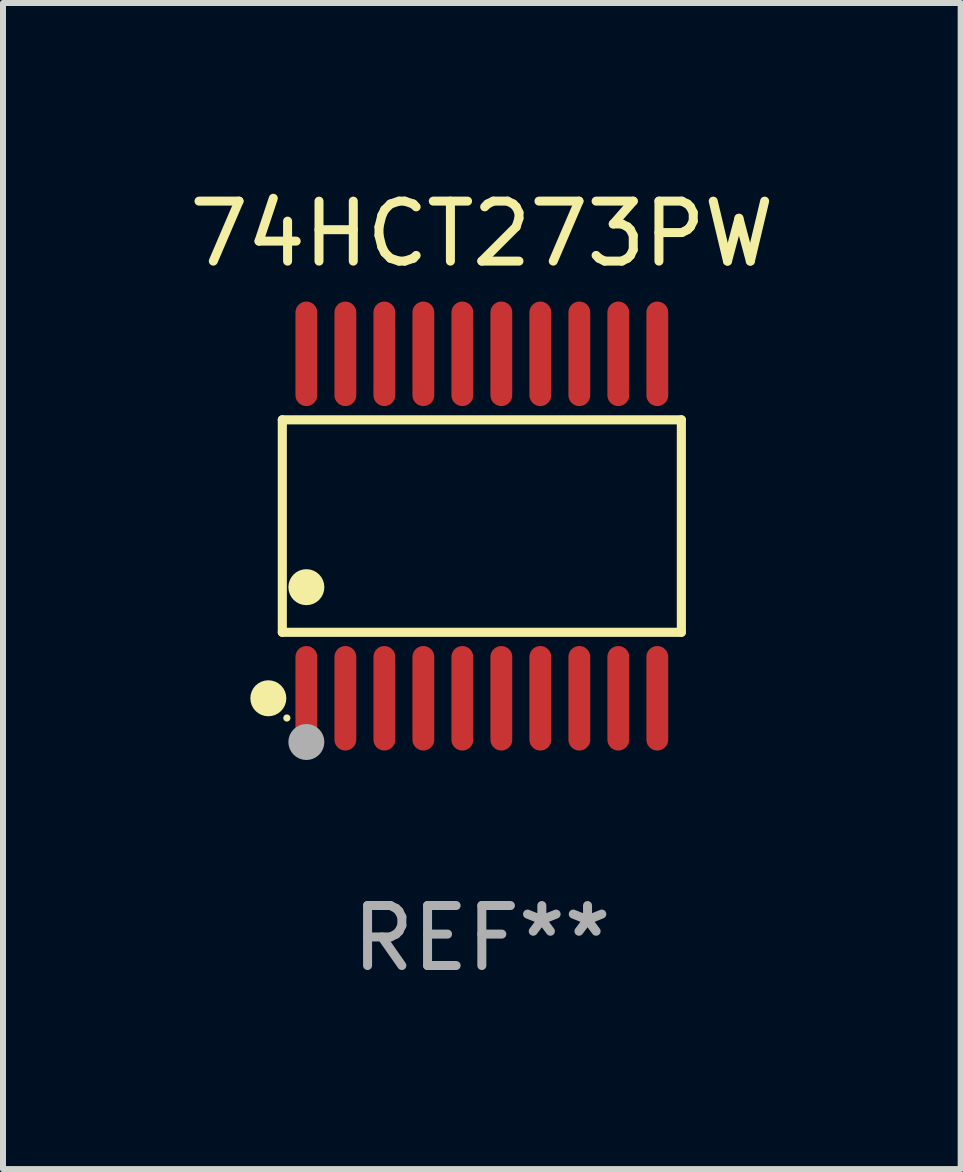
<source format=kicad_pcb>
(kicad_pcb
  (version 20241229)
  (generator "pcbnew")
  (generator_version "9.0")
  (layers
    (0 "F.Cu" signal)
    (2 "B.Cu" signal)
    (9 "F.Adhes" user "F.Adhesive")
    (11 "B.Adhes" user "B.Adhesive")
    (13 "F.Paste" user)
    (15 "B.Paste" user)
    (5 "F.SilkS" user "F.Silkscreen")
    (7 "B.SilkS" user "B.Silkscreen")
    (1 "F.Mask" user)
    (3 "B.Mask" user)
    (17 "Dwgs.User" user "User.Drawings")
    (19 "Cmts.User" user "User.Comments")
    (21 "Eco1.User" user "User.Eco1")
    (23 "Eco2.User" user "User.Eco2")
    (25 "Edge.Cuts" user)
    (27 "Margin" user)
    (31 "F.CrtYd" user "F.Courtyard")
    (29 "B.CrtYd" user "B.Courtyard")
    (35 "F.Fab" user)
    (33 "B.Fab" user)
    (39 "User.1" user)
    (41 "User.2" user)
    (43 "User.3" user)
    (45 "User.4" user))
  (footprint "74HCT273PW"
    (layer "F.Cu")
    (at 4.982 5.719)
    (property "Reference" "74HCT273PW" (at 0 -4.871 0) (layer "F.SilkS") (effects (font (size 1 1) (thickness 0.15))))
    (attr through_hole)
    (fp_line (start -3.326 -1.771) (end 3.326 -1.771) (stroke (width 0.152) (type solid)) (layer "F.SilkS"))
    (fp_line (start -3.326 1.771) (end -3.326 -1.771) (stroke (width 0.152) (type solid)) (layer "F.SilkS"))
    (fp_line (start 3.326 -1.771) (end 3.326 1.771) (stroke (width 0.152) (type solid)) (layer "F.SilkS"))
    (fp_line (start 3.326 1.771) (end -3.326 1.771) (stroke (width 0.152) (type solid)) (layer "F.SilkS"))
    (fp_circle (center -3.559 2.871) (end -3.409 2.871) (stroke (width 0.3) (type solid)) (fill no) (layer "F.SilkS"))
    (fp_circle (center -3.25 3.2) (end -3.22 3.2) (stroke (width 0.06) (type solid)) (fill no) (layer "F.SilkS"))
    (fp_circle (center -2.925 1.019) (end -2.775 1.019) (stroke (width 0.3) (type solid)) (fill no) (layer "F.SilkS"))
    (fp_circle (center -2.925 3.6) (end -2.775 3.6) (stroke (width 0.3) (type solid)) (fill no) (layer "F.Fab"))
    (fp_text user "REF**" (at 0 6.871 0) (layer "F.Fab") (effects (font (size 1 1) (thickness 0.15))))
    (pad "1" smd oval (at -2.925 2.871) (size 0.364 1.742) (layers "F.Cu" "F.Mask" "F.Paste"))
    (pad "2" smd oval (at -2.275 2.871) (size 0.364 1.742) (layers "F.Cu" "F.Mask" "F.Paste"))
    (pad "3" smd oval (at -1.625 2.871) (size 0.364 1.742) (layers "F.Cu" "F.Mask" "F.Paste"))
    (pad "4" smd oval (at -0.975 2.871) (size 0.364 1.742) (layers "F.Cu" "F.Mask" "F.Paste"))
    (pad "5" smd oval (at -0.325 2.871) (size 0.364 1.742) (layers "F.Cu" "F.Mask" "F.Paste"))
    (pad "6" smd oval (at 0.325 2.871) (size 0.364 1.742) (layers "F.Cu" "F.Mask" "F.Paste"))
    (pad "7" smd oval (at 0.975 2.871) (size 0.364 1.742) (layers "F.Cu" "F.Mask" "F.Paste"))
    (pad "8" smd oval (at 1.625 2.871) (size 0.364 1.742) (layers "F.Cu" "F.Mask" "F.Paste"))
    (pad "9" smd oval (at 2.275 2.871) (size 0.364 1.742) (layers "F.Cu" "F.Mask" "F.Paste"))
    (pad "10" smd oval (at 2.925 2.871) (size 0.364 1.742) (layers "F.Cu" "F.Mask" "F.Paste"))
    (pad "11" smd oval (at 2.925 -2.871) (size 0.364 1.742) (layers "F.Cu" "F.Mask" "F.Paste"))
    (pad "12" smd oval (at 2.275 -2.871) (size 0.364 1.742) (layers "F.Cu" "F.Mask" "F.Paste"))
    (pad "13" smd oval (at 1.625 -2.871) (size 0.364 1.742) (layers "F.Cu" "F.Mask" "F.Paste"))
    (pad "14" smd oval (at 0.975 -2.871) (size 0.364 1.742) (layers "F.Cu" "F.Mask" "F.Paste"))
    (pad "15" smd oval (at 0.325 -2.871) (size 0.364 1.742) (layers "F.Cu" "F.Mask" "F.Paste"))
    (pad "16" smd oval (at -0.325 -2.871) (size 0.364 1.742) (layers "F.Cu" "F.Mask" "F.Paste"))
    (pad "17" smd oval (at -0.975 -2.871) (size 0.364 1.742) (layers "F.Cu" "F.Mask" "F.Paste"))
    (pad "18" smd oval (at -1.625 -2.871) (size 0.364 1.742) (layers "F.Cu" "F.Mask" "F.Paste"))
    (pad "19" smd oval (at -2.275 -2.871) (size 0.364 1.742) (layers "F.Cu" "F.Mask" "F.Paste"))
    (pad "20" smd oval (at -2.925 -2.871) (size 0.364 1.742) (layers "F.Cu" "F.Mask" "F.Paste")))
  (gr_rect
    (start -3 -3)
    (end 12.964 16.438)
    (stroke (width 0.1) (type default))
    (fill no)
    (layer "Edge.Cuts")))
</source>
